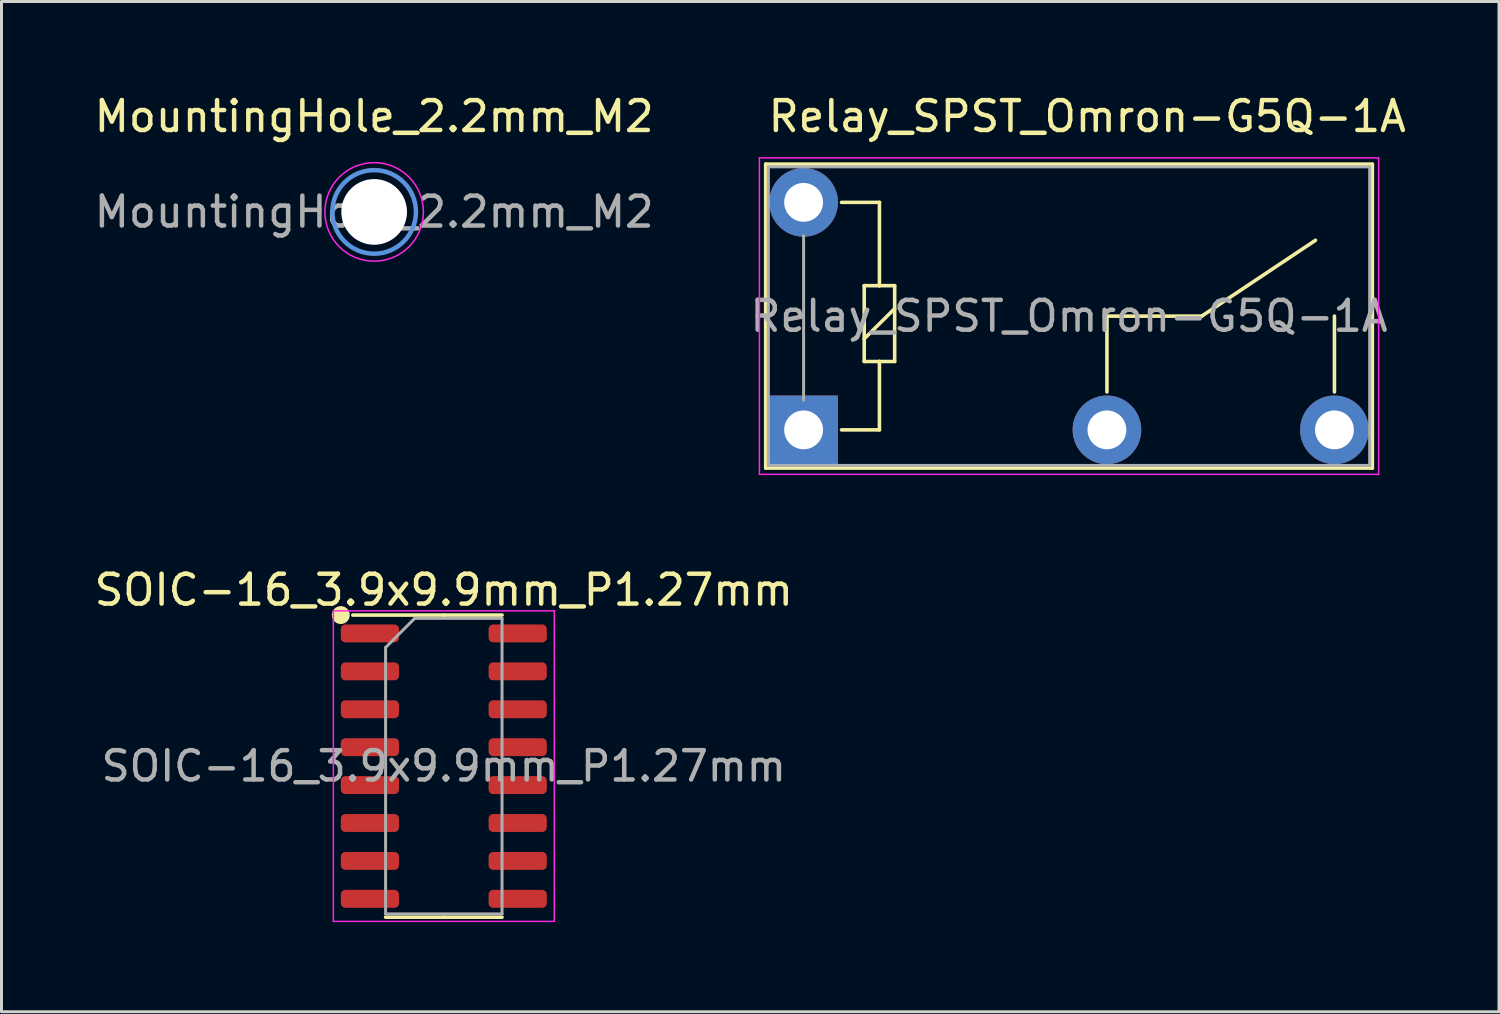
<source format=kicad_pcb>
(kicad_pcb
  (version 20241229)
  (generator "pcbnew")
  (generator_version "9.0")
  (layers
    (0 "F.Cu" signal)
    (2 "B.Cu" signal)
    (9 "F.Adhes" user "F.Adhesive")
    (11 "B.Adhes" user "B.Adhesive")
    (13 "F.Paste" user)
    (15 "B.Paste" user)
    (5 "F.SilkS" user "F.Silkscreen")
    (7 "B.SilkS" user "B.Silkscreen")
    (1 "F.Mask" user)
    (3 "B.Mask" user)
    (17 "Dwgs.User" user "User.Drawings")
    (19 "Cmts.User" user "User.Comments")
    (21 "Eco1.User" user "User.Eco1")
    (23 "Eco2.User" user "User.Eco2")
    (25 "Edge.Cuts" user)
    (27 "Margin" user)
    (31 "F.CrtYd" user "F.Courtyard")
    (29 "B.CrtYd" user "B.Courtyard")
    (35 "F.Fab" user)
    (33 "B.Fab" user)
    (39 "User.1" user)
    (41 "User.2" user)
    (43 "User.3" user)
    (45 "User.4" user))
  (footprint "MountingHole_2.2mm_M2"
    (layer "F.Cu")
    (at 9.482 4.048)
    (property "Reference" "MountingHole_2.2mm_M2" (at 0 -3.2 0) (layer "F.SilkS") (effects (font (size 1 1) (thickness 0.15))))
    (attr exclude_from_pos_files exclude_from_bom)
    (fp_circle (center 0 0) (end 1.4 0) (stroke (width 0.15) (type solid)) (fill no) (layer "Cmts.User"))
    (fp_circle (center 0 0) (end 1.65 0) (stroke (width 0.05) (type solid)) (fill no) (layer "F.CrtYd"))
    (fp_text user "${REFERENCE}" (at 0 0 0) (layer "F.Fab") (effects (font (size 1 1) (thickness 0.15))))
    (pad "" np_thru_hole circle (at 0 0) (size 2.2 2.2) (drill 2.2) (layers "*.Cu" "*.Mask")))
  (footprint "Relay_SPST_Omron-G5Q-1A"
    (layer "F.Cu")
    (at 23.866 11.348)
    (property "Reference" "Relay_SPST_Omron-G5Q-1A" (at 9.5 -10.5 180) (layer "F.SilkS") (effects (font (size 1 1) (thickness 0.15))))
    (attr through_hole)
    (fp_line (start -1.27 -8.9) (end 19.05 -8.9) (stroke (width 0.12) (type solid)) (layer "F.SilkS"))
    (fp_line (start -1.27 1.28) (end -1.27 -8.9) (stroke (width 0.12) (type solid)) (layer "F.SilkS"))
    (fp_line (start -1.27 1.28) (end 19.05 1.28) (stroke (width 0.12) (type solid)) (layer "F.SilkS"))
    (fp_line (start 1.27 0) (end 2.54 0) (stroke (width 0.12) (type solid)) (layer "F.SilkS"))
    (fp_line (start 2.03 -4.83) (end 2.54 -4.83) (stroke (width 0.12) (type solid)) (layer "F.SilkS"))
    (fp_line (start 2.03 -3.05) (end 3.05 -4.06) (stroke (width 0.12) (type solid)) (layer "F.SilkS"))
    (fp_line (start 2.03 -2.29) (end 2.03 -4.83) (stroke (width 0.12) (type solid)) (layer "F.SilkS"))
    (fp_line (start 2.54 -7.62) (end 1.27 -7.62) (stroke (width 0.12) (type solid)) (layer "F.SilkS"))
    (fp_line (start 2.54 -4.83) (end 2.54 -7.62) (stroke (width 0.12) (type solid)) (layer "F.SilkS"))
    (fp_line (start 2.54 -4.83) (end 3.05 -4.83) (stroke (width 0.12) (type solid)) (layer "F.SilkS"))
    (fp_line (start 2.54 -2.29) (end 2.03 -2.29) (stroke (width 0.12) (type solid)) (layer "F.SilkS"))
    (fp_line (start 2.54 0) (end 2.54 -2.29) (stroke (width 0.12) (type solid)) (layer "F.SilkS"))
    (fp_line (start 3.05 -4.83) (end 3.05 -2.29) (stroke (width 0.12) (type solid)) (layer "F.SilkS"))
    (fp_line (start 3.05 -2.29) (end 2.54 -2.29) (stroke (width 0.12) (type solid)) (layer "F.SilkS"))
    (fp_line (start 10.16 -3.81) (end 13.335 -3.81) (stroke (width 0.12) (type solid)) (layer "F.SilkS"))
    (fp_line (start 10.16 -1.27) (end 10.16 -3.81) (stroke (width 0.12) (type solid)) (layer "F.SilkS"))
    (fp_line (start 13.335 -3.81) (end 17.145 -6.35) (stroke (width 0.12) (type solid)) (layer "F.SilkS"))
    (fp_line (start 17.78 -1.27) (end 17.78 -3.81) (stroke (width 0.12) (type solid)) (layer "F.SilkS"))
    (fp_line (start 19.05 1.28) (end 19.05 -8.9) (stroke (width 0.12) (type solid)) (layer "F.SilkS"))
    (fp_line (start -1.48 -9.11) (end 19.26 -9.11) (stroke (width 0.05) (type solid)) (layer "F.CrtYd"))
    (fp_line (start -1.48 1.49) (end -1.48 -9.11) (stroke (width 0.05) (type solid)) (layer "F.CrtYd"))
    (fp_line (start 19.26 -9.11) (end 19.26 1.49) (stroke (width 0.05) (type solid)) (layer "F.CrtYd"))
    (fp_line (start 19.26 1.49) (end -1.48 1.49) (stroke (width 0.05) (type solid)) (layer "F.CrtYd"))
    (fp_line (start -1.18 -8.81) (end 18.96 -8.81) (stroke (width 0.1) (type solid)) (layer "F.Fab"))
    (fp_line (start -1.18 1.19) (end -1.18 -8.81) (stroke (width 0.1) (type solid)) (layer "F.Fab"))
    (fp_line (start 0 -1) (end 0 -6.5) (stroke (width 0.1) (type solid)) (layer "F.Fab"))
    (fp_line (start 18.96 -8.81) (end 18.96 1.19) (stroke (width 0.1) (type solid)) (layer "F.Fab"))
    (fp_line (start 18.96 1.19) (end -1.18 1.19) (stroke (width 0.1) (type solid)) (layer "F.Fab"))
    (fp_text user "${REFERENCE}" (at 8.89 -3.81 0) (layer "F.Fab") (effects (font (size 1 1) (thickness 0.15))))
    (pad "1" thru_hole rect (at 0 0 180) (size 2.3 2.3) (drill 1.3) (layers "*.Cu" "*.Mask"))
    (pad "2" thru_hole circle (at 10.16 0 180) (size 2.3 2.3) (drill 1.3) (layers "*.Cu" "*.Mask"))
    (pad "3" thru_hole circle (at 17.78 0 180) (size 2.3 2.3) (drill 1.3) (layers "*.Cu" "*.Mask"))
    (pad "5" thru_hole circle (at 0 -7.62 180) (size 2.3 2.3) (drill 1.3) (layers "*.Cu" "*.Mask")))
  (footprint "SOIC-16_3.9x9.9mm_P1.27mm"
    (layer "F.Cu")
    (at 11.815 22.611)
    (property "Reference" "SOIC-16_3.9x9.9mm_P1.27mm" (at 0 -5.9 0) (layer "F.SilkS") (effects (font (size 1 1) (thickness 0.15))))
    (attr smd)
    (fp_line (start 0 -5.06) (end -3.048 -5.06) (stroke (width 0.12) (type solid)) (layer "F.SilkS"))
    (fp_line (start 0 -5.06) (end 1.95 -5.06) (stroke (width 0.12) (type solid)) (layer "F.SilkS"))
    (fp_line (start 0 5.06) (end -1.95 5.06) (stroke (width 0.12) (type solid)) (layer "F.SilkS"))
    (fp_line (start 0 5.06) (end 1.95 5.06) (stroke (width 0.12) (type solid)) (layer "F.SilkS"))
    (fp_circle (center -3.45 -5.06) (end -3.2 -5.06) (stroke (width 0.1) (type solid)) (fill yes) (layer "F.SilkS"))
    (fp_line (start -3.7 -5.2) (end -3.7 5.2) (stroke (width 0.05) (type solid)) (layer "F.CrtYd"))
    (fp_line (start -3.7 5.2) (end 3.7 5.2) (stroke (width 0.05) (type solid)) (layer "F.CrtYd"))
    (fp_line (start 3.7 -5.2) (end -3.7 -5.2) (stroke (width 0.05) (type solid)) (layer "F.CrtYd"))
    (fp_line (start 3.7 5.2) (end 3.7 -5.2) (stroke (width 0.05) (type solid)) (layer "F.CrtYd"))
    (fp_line (start -1.95 -3.975) (end -0.975 -4.95) (stroke (width 0.1) (type solid)) (layer "F.Fab"))
    (fp_line (start -1.95 4.95) (end -1.95 -3.975) (stroke (width 0.1) (type solid)) (layer "F.Fab"))
    (fp_line (start -0.975 -4.95) (end 1.95 -4.95) (stroke (width 0.1) (type solid)) (layer "F.Fab"))
    (fp_line (start 1.95 -4.95) (end 1.95 4.95) (stroke (width 0.1) (type solid)) (layer "F.Fab"))
    (fp_line (start 1.95 4.95) (end -1.95 4.95) (stroke (width 0.1) (type solid)) (layer "F.Fab"))
    (fp_text user "${REFERENCE}" (at 0 0 0) (layer "F.Fab") (effects (font (size 0.98 0.98) (thickness 0.15))))
    (pad "1" smd roundrect (at -2.475 -4.445) (size 1.95 0.6) (layers "F.Cu" "F.Mask" "F.Paste") (roundrect_rratio 0.25))
    (pad "2" smd roundrect (at -2.475 -3.175) (size 1.95 0.6) (layers "F.Cu" "F.Mask" "F.Paste") (roundrect_rratio 0.25))
    (pad "3" smd roundrect (at -2.475 -1.905) (size 1.95 0.6) (layers "F.Cu" "F.Mask" "F.Paste") (roundrect_rratio 0.25))
    (pad "4" smd roundrect (at -2.475 -0.635) (size 1.95 0.6) (layers "F.Cu" "F.Mask" "F.Paste") (roundrect_rratio 0.25))
    (pad "5" smd roundrect (at -2.475 0.635) (size 1.95 0.6) (layers "F.Cu" "F.Mask" "F.Paste") (roundrect_rratio 0.25))
    (pad "6" smd roundrect (at -2.475 1.905) (size 1.95 0.6) (layers "F.Cu" "F.Mask" "F.Paste") (roundrect_rratio 0.25))
    (pad "7" smd roundrect (at -2.475 3.175) (size 1.95 0.6) (layers "F.Cu" "F.Mask" "F.Paste") (roundrect_rratio 0.25))
    (pad "8" smd roundrect (at -2.475 4.445) (size 1.95 0.6) (layers "F.Cu" "F.Mask" "F.Paste") (roundrect_rratio 0.25))
    (pad "9" smd roundrect (at 2.475 4.445) (size 1.95 0.6) (layers "F.Cu" "F.Mask" "F.Paste") (roundrect_rratio 0.25))
    (pad "10" smd roundrect (at 2.475 3.175) (size 1.95 0.6) (layers "F.Cu" "F.Mask" "F.Paste") (roundrect_rratio 0.25))
    (pad "11" smd roundrect (at 2.475 1.905) (size 1.95 0.6) (layers "F.Cu" "F.Mask" "F.Paste") (roundrect_rratio 0.25))
    (pad "12" smd roundrect (at 2.475 0.635) (size 1.95 0.6) (layers "F.Cu" "F.Mask" "F.Paste") (roundrect_rratio 0.25))
    (pad "13" smd roundrect (at 2.475 -0.635) (size 1.95 0.6) (layers "F.Cu" "F.Mask" "F.Paste") (roundrect_rratio 0.25))
    (pad "14" smd roundrect (at 2.475 -1.905) (size 1.95 0.6) (layers "F.Cu" "F.Mask" "F.Paste") (roundrect_rratio 0.25))
    (pad "15" smd roundrect (at 2.475 -3.175) (size 1.95 0.6) (layers "F.Cu" "F.Mask" "F.Paste") (roundrect_rratio 0.25))
    (pad "16" smd roundrect (at 2.475 -4.445) (size 1.95 0.6) (layers "F.Cu" "F.Mask" "F.Paste") (roundrect_rratio 0.25)))
  (gr_rect
    (start -3 -3)
    (end 47.158 30.837)
    (stroke (width 0.1) (type default))
    (fill no)
    (layer "Edge.Cuts")))
</source>
